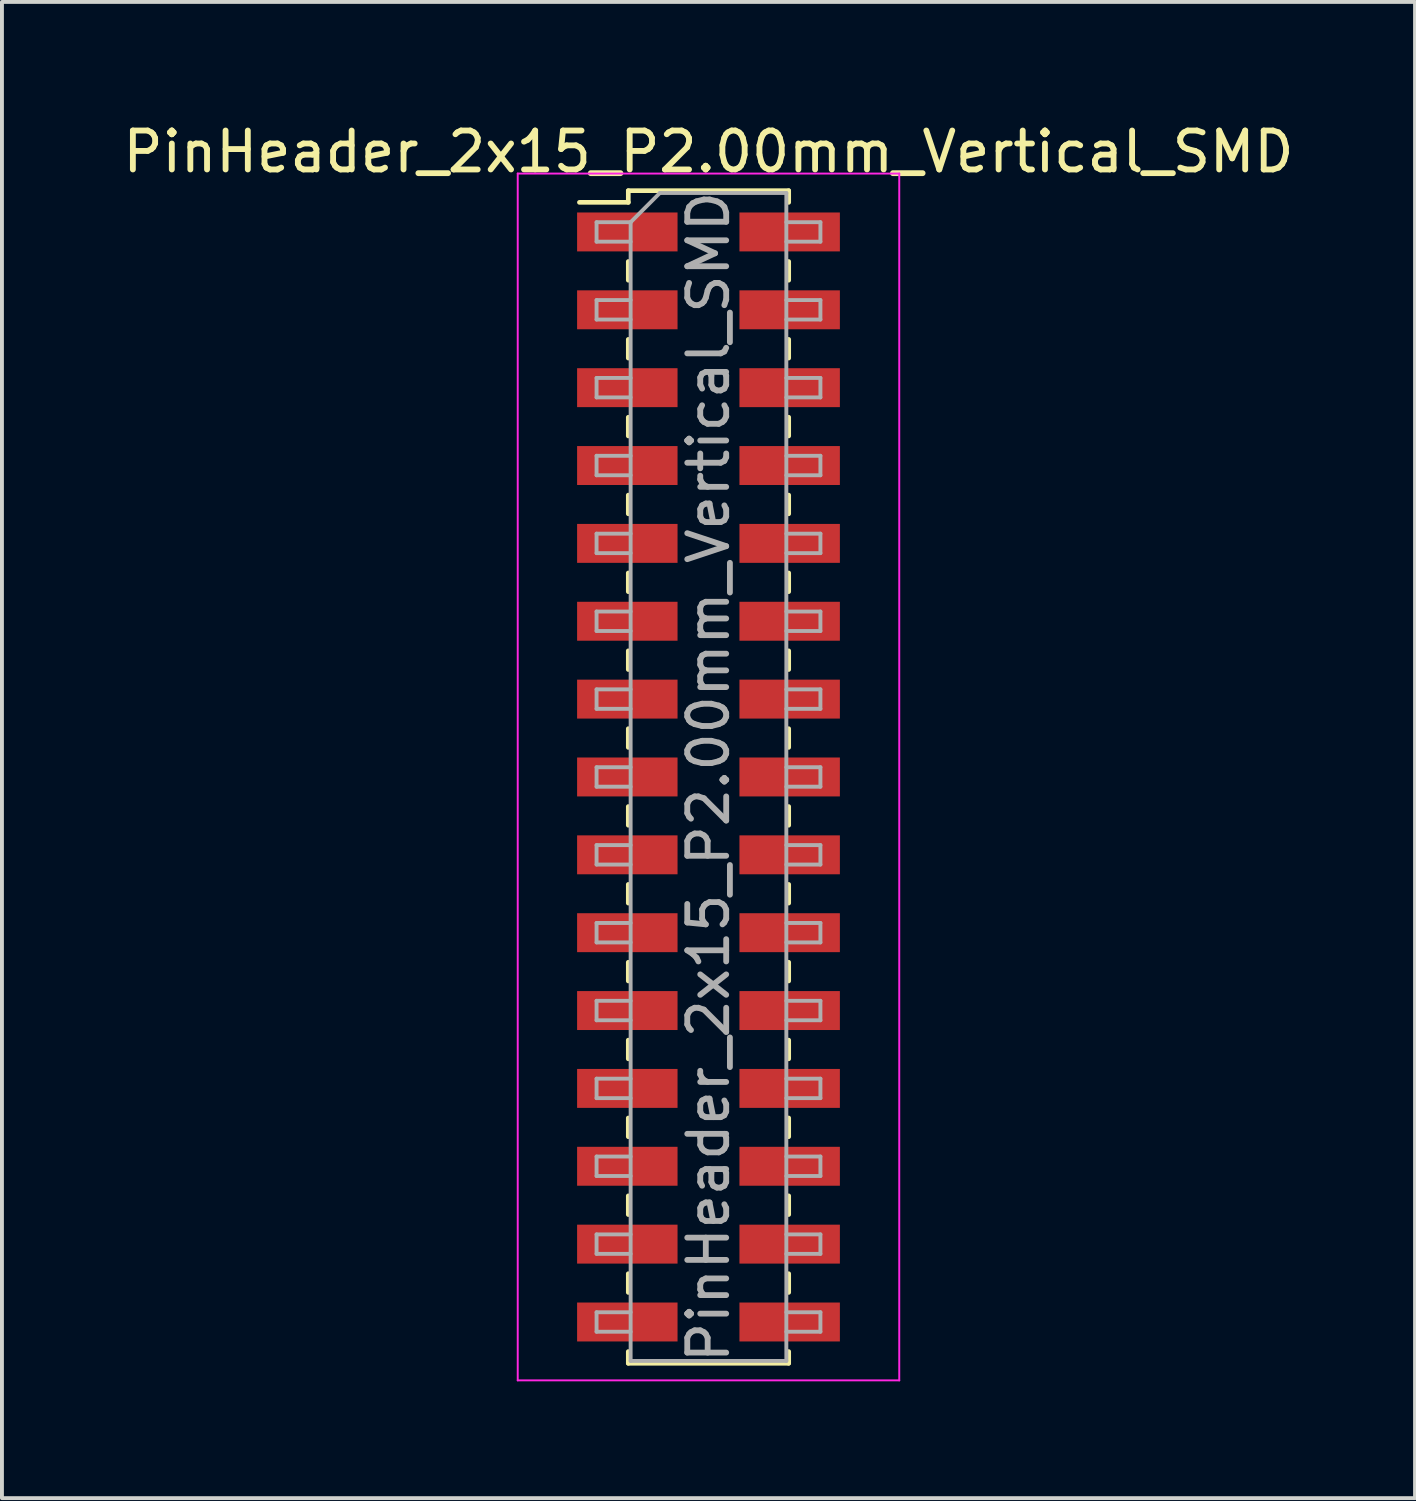
<source format=kicad_pcb>
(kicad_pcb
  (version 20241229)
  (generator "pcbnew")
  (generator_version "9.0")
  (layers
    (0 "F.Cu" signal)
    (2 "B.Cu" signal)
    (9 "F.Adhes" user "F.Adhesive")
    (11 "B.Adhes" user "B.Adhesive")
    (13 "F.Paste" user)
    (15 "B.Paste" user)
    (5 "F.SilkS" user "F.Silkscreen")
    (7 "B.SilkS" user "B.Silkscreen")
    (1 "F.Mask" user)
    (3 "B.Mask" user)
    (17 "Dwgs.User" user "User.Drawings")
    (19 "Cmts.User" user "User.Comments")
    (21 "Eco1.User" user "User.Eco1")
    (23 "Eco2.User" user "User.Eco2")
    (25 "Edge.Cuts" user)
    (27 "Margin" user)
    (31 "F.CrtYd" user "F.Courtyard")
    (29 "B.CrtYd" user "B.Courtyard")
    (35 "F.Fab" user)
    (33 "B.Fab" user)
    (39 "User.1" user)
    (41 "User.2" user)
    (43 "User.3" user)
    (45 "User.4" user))
  (footprint "PinHeader_2x15_P2.00mm_Vertical_SMD"
    (layer "F.Cu")
    (at 15.149 16.908)
    (property "Reference" "PinHeader_2x15_P2.00mm_Vertical_SMD" (at 0 -16.06 0) (layer "F.SilkS") (effects (font (size 1 1) (thickness 0.15))))
    (attr smd)
    (fp_line (start -3.315 -14.76) (end -2.06 -14.76) (stroke (width 0.12) (type solid)) (layer "F.SilkS"))
    (fp_line (start -2.06 -15.06) (end -2.06 -14.76) (stroke (width 0.12) (type solid)) (layer "F.SilkS"))
    (fp_line (start -2.06 -15.06) (end 2.06 -15.06) (stroke (width 0.12) (type solid)) (layer "F.SilkS"))
    (fp_line (start -2.06 -13.24) (end -2.06 -12.76) (stroke (width 0.12) (type solid)) (layer "F.SilkS"))
    (fp_line (start -2.06 -11.24) (end -2.06 -10.76) (stroke (width 0.12) (type solid)) (layer "F.SilkS"))
    (fp_line (start -2.06 -9.24) (end -2.06 -8.76) (stroke (width 0.12) (type solid)) (layer "F.SilkS"))
    (fp_line (start -2.06 -7.24) (end -2.06 -6.76) (stroke (width 0.12) (type solid)) (layer "F.SilkS"))
    (fp_line (start -2.06 -5.24) (end -2.06 -4.76) (stroke (width 0.12) (type solid)) (layer "F.SilkS"))
    (fp_line (start -2.06 -3.24) (end -2.06 -2.76) (stroke (width 0.12) (type solid)) (layer "F.SilkS"))
    (fp_line (start -2.06 -1.24) (end -2.06 -0.76) (stroke (width 0.12) (type solid)) (layer "F.SilkS"))
    (fp_line (start -2.06 0.76) (end -2.06 1.24) (stroke (width 0.12) (type solid)) (layer "F.SilkS"))
    (fp_line (start -2.06 2.76) (end -2.06 3.24) (stroke (width 0.12) (type solid)) (layer "F.SilkS"))
    (fp_line (start -2.06 4.76) (end -2.06 5.24) (stroke (width 0.12) (type solid)) (layer "F.SilkS"))
    (fp_line (start -2.06 6.76) (end -2.06 7.24) (stroke (width 0.12) (type solid)) (layer "F.SilkS"))
    (fp_line (start -2.06 8.76) (end -2.06 9.24) (stroke (width 0.12) (type solid)) (layer "F.SilkS"))
    (fp_line (start -2.06 10.76) (end -2.06 11.24) (stroke (width 0.12) (type solid)) (layer "F.SilkS"))
    (fp_line (start -2.06 12.76) (end -2.06 13.24) (stroke (width 0.12) (type solid)) (layer "F.SilkS"))
    (fp_line (start -2.06 14.76) (end -2.06 15.06) (stroke (width 0.12) (type solid)) (layer "F.SilkS"))
    (fp_line (start -2.06 15.06) (end 2.06 15.06) (stroke (width 0.12) (type solid)) (layer "F.SilkS"))
    (fp_line (start 2.06 -15.06) (end 2.06 -14.76) (stroke (width 0.12) (type solid)) (layer "F.SilkS"))
    (fp_line (start 2.06 -13.24) (end 2.06 -12.76) (stroke (width 0.12) (type solid)) (layer "F.SilkS"))
    (fp_line (start 2.06 -11.24) (end 2.06 -10.76) (stroke (width 0.12) (type solid)) (layer "F.SilkS"))
    (fp_line (start 2.06 -9.24) (end 2.06 -8.76) (stroke (width 0.12) (type solid)) (layer "F.SilkS"))
    (fp_line (start 2.06 -7.24) (end 2.06 -6.76) (stroke (width 0.12) (type solid)) (layer "F.SilkS"))
    (fp_line (start 2.06 -5.24) (end 2.06 -4.76) (stroke (width 0.12) (type solid)) (layer "F.SilkS"))
    (fp_line (start 2.06 -3.24) (end 2.06 -2.76) (stroke (width 0.12) (type solid)) (layer "F.SilkS"))
    (fp_line (start 2.06 -1.24) (end 2.06 -0.76) (stroke (width 0.12) (type solid)) (layer "F.SilkS"))
    (fp_line (start 2.06 0.76) (end 2.06 1.24) (stroke (width 0.12) (type solid)) (layer "F.SilkS"))
    (fp_line (start 2.06 2.76) (end 2.06 3.24) (stroke (width 0.12) (type solid)) (layer "F.SilkS"))
    (fp_line (start 2.06 4.76) (end 2.06 5.24) (stroke (width 0.12) (type solid)) (layer "F.SilkS"))
    (fp_line (start 2.06 6.76) (end 2.06 7.24) (stroke (width 0.12) (type solid)) (layer "F.SilkS"))
    (fp_line (start 2.06 8.76) (end 2.06 9.24) (stroke (width 0.12) (type solid)) (layer "F.SilkS"))
    (fp_line (start 2.06 10.76) (end 2.06 11.24) (stroke (width 0.12) (type solid)) (layer "F.SilkS"))
    (fp_line (start 2.06 12.76) (end 2.06 13.24) (stroke (width 0.12) (type solid)) (layer "F.SilkS"))
    (fp_line (start 2.06 14.76) (end 2.06 15.06) (stroke (width 0.12) (type solid)) (layer "F.SilkS"))
    (fp_line (start -4.9 -15.5) (end -4.9 15.5) (stroke (width 0.05) (type solid)) (layer "F.CrtYd"))
    (fp_line (start -4.9 15.5) (end 4.9 15.5) (stroke (width 0.05) (type solid)) (layer "F.CrtYd"))
    (fp_line (start 4.9 -15.5) (end -4.9 -15.5) (stroke (width 0.05) (type solid)) (layer "F.CrtYd"))
    (fp_line (start 4.9 15.5) (end 4.9 -15.5) (stroke (width 0.05) (type solid)) (layer "F.CrtYd"))
    (fp_line (start -2.875 -14.25) (end -2.875 -13.75) (stroke (width 0.1) (type solid)) (layer "F.Fab"))
    (fp_line (start -2.875 -13.75) (end -2 -13.75) (stroke (width 0.1) (type solid)) (layer "F.Fab"))
    (fp_line (start -2.875 -12.25) (end -2.875 -11.75) (stroke (width 0.1) (type solid)) (layer "F.Fab"))
    (fp_line (start -2.875 -11.75) (end -2 -11.75) (stroke (width 0.1) (type solid)) (layer "F.Fab"))
    (fp_line (start -2.875 -10.25) (end -2.875 -9.75) (stroke (width 0.1) (type solid)) (layer "F.Fab"))
    (fp_line (start -2.875 -9.75) (end -2 -9.75) (stroke (width 0.1) (type solid)) (layer "F.Fab"))
    (fp_line (start -2.875 -8.25) (end -2.875 -7.75) (stroke (width 0.1) (type solid)) (layer "F.Fab"))
    (fp_line (start -2.875 -7.75) (end -2 -7.75) (stroke (width 0.1) (type solid)) (layer "F.Fab"))
    (fp_line (start -2.875 -6.25) (end -2.875 -5.75) (stroke (width 0.1) (type solid)) (layer "F.Fab"))
    (fp_line (start -2.875 -5.75) (end -2 -5.75) (stroke (width 0.1) (type solid)) (layer "F.Fab"))
    (fp_line (start -2.875 -4.25) (end -2.875 -3.75) (stroke (width 0.1) (type solid)) (layer "F.Fab"))
    (fp_line (start -2.875 -3.75) (end -2 -3.75) (stroke (width 0.1) (type solid)) (layer "F.Fab"))
    (fp_line (start -2.875 -2.25) (end -2.875 -1.75) (stroke (width 0.1) (type solid)) (layer "F.Fab"))
    (fp_line (start -2.875 -1.75) (end -2 -1.75) (stroke (width 0.1) (type solid)) (layer "F.Fab"))
    (fp_line (start -2.875 -0.25) (end -2.875 0.25) (stroke (width 0.1) (type solid)) (layer "F.Fab"))
    (fp_line (start -2.875 0.25) (end -2 0.25) (stroke (width 0.1) (type solid)) (layer "F.Fab"))
    (fp_line (start -2.875 1.75) (end -2.875 2.25) (stroke (width 0.1) (type solid)) (layer "F.Fab"))
    (fp_line (start -2.875 2.25) (end -2 2.25) (stroke (width 0.1) (type solid)) (layer "F.Fab"))
    (fp_line (start -2.875 3.75) (end -2.875 4.25) (stroke (width 0.1) (type solid)) (layer "F.Fab"))
    (fp_line (start -2.875 4.25) (end -2 4.25) (stroke (width 0.1) (type solid)) (layer "F.Fab"))
    (fp_line (start -2.875 5.75) (end -2.875 6.25) (stroke (width 0.1) (type solid)) (layer "F.Fab"))
    (fp_line (start -2.875 6.25) (end -2 6.25) (stroke (width 0.1) (type solid)) (layer "F.Fab"))
    (fp_line (start -2.875 7.75) (end -2.875 8.25) (stroke (width 0.1) (type solid)) (layer "F.Fab"))
    (fp_line (start -2.875 8.25) (end -2 8.25) (stroke (width 0.1) (type solid)) (layer "F.Fab"))
    (fp_line (start -2.875 9.75) (end -2.875 10.25) (stroke (width 0.1) (type solid)) (layer "F.Fab"))
    (fp_line (start -2.875 10.25) (end -2 10.25) (stroke (width 0.1) (type solid)) (layer "F.Fab"))
    (fp_line (start -2.875 11.75) (end -2.875 12.25) (stroke (width 0.1) (type solid)) (layer "F.Fab"))
    (fp_line (start -2.875 12.25) (end -2 12.25) (stroke (width 0.1) (type solid)) (layer "F.Fab"))
    (fp_line (start -2.875 13.75) (end -2.875 14.25) (stroke (width 0.1) (type solid)) (layer "F.Fab"))
    (fp_line (start -2.875 14.25) (end -2 14.25) (stroke (width 0.1) (type solid)) (layer "F.Fab"))
    (fp_line (start -2 -14.25) (end -2.875 -14.25) (stroke (width 0.1) (type solid)) (layer "F.Fab"))
    (fp_line (start -2 -14.25) (end -1.25 -15) (stroke (width 0.1) (type solid)) (layer "F.Fab"))
    (fp_line (start -2 -12.25) (end -2.875 -12.25) (stroke (width 0.1) (type solid)) (layer "F.Fab"))
    (fp_line (start -2 -10.25) (end -2.875 -10.25) (stroke (width 0.1) (type solid)) (layer "F.Fab"))
    (fp_line (start -2 -8.25) (end -2.875 -8.25) (stroke (width 0.1) (type solid)) (layer "F.Fab"))
    (fp_line (start -2 -6.25) (end -2.875 -6.25) (stroke (width 0.1) (type solid)) (layer "F.Fab"))
    (fp_line (start -2 -4.25) (end -2.875 -4.25) (stroke (width 0.1) (type solid)) (layer "F.Fab"))
    (fp_line (start -2 -2.25) (end -2.875 -2.25) (stroke (width 0.1) (type solid)) (layer "F.Fab"))
    (fp_line (start -2 -0.25) (end -2.875 -0.25) (stroke (width 0.1) (type solid)) (layer "F.Fab"))
    (fp_line (start -2 1.75) (end -2.875 1.75) (stroke (width 0.1) (type solid)) (layer "F.Fab"))
    (fp_line (start -2 3.75) (end -2.875 3.75) (stroke (width 0.1) (type solid)) (layer "F.Fab"))
    (fp_line (start -2 5.75) (end -2.875 5.75) (stroke (width 0.1) (type solid)) (layer "F.Fab"))
    (fp_line (start -2 7.75) (end -2.875 7.75) (stroke (width 0.1) (type solid)) (layer "F.Fab"))
    (fp_line (start -2 9.75) (end -2.875 9.75) (stroke (width 0.1) (type solid)) (layer "F.Fab"))
    (fp_line (start -2 11.75) (end -2.875 11.75) (stroke (width 0.1) (type solid)) (layer "F.Fab"))
    (fp_line (start -2 13.75) (end -2.875 13.75) (stroke (width 0.1) (type solid)) (layer "F.Fab"))
    (fp_line (start -2 15) (end -2 -14.25) (stroke (width 0.1) (type solid)) (layer "F.Fab"))
    (fp_line (start -1.25 -15) (end 2 -15) (stroke (width 0.1) (type solid)) (layer "F.Fab"))
    (fp_line (start 2 -15) (end 2 15) (stroke (width 0.1) (type solid)) (layer "F.Fab"))
    (fp_line (start 2 -14.25) (end 2.875 -14.25) (stroke (width 0.1) (type solid)) (layer "F.Fab"))
    (fp_line (start 2 -12.25) (end 2.875 -12.25) (stroke (width 0.1) (type solid)) (layer "F.Fab"))
    (fp_line (start 2 -10.25) (end 2.875 -10.25) (stroke (width 0.1) (type solid)) (layer "F.Fab"))
    (fp_line (start 2 -8.25) (end 2.875 -8.25) (stroke (width 0.1) (type solid)) (layer "F.Fab"))
    (fp_line (start 2 -6.25) (end 2.875 -6.25) (stroke (width 0.1) (type solid)) (layer "F.Fab"))
    (fp_line (start 2 -4.25) (end 2.875 -4.25) (stroke (width 0.1) (type solid)) (layer "F.Fab"))
    (fp_line (start 2 -2.25) (end 2.875 -2.25) (stroke (width 0.1) (type solid)) (layer "F.Fab"))
    (fp_line (start 2 -0.25) (end 2.875 -0.25) (stroke (width 0.1) (type solid)) (layer "F.Fab"))
    (fp_line (start 2 1.75) (end 2.875 1.75) (stroke (width 0.1) (type solid)) (layer "F.Fab"))
    (fp_line (start 2 3.75) (end 2.875 3.75) (stroke (width 0.1) (type solid)) (layer "F.Fab"))
    (fp_line (start 2 5.75) (end 2.875 5.75) (stroke (width 0.1) (type solid)) (layer "F.Fab"))
    (fp_line (start 2 7.75) (end 2.875 7.75) (stroke (width 0.1) (type solid)) (layer "F.Fab"))
    (fp_line (start 2 9.75) (end 2.875 9.75) (stroke (width 0.1) (type solid)) (layer "F.Fab"))
    (fp_line (start 2 11.75) (end 2.875 11.75) (stroke (width 0.1) (type solid)) (layer "F.Fab"))
    (fp_line (start 2 13.75) (end 2.875 13.75) (stroke (width 0.1) (type solid)) (layer "F.Fab"))
    (fp_line (start 2 15) (end -2 15) (stroke (width 0.1) (type solid)) (layer "F.Fab"))
    (fp_line (start 2.875 -14.25) (end 2.875 -13.75) (stroke (width 0.1) (type solid)) (layer "F.Fab"))
    (fp_line (start 2.875 -13.75) (end 2 -13.75) (stroke (width 0.1) (type solid)) (layer "F.Fab"))
    (fp_line (start 2.875 -12.25) (end 2.875 -11.75) (stroke (width 0.1) (type solid)) (layer "F.Fab"))
    (fp_line (start 2.875 -11.75) (end 2 -11.75) (stroke (width 0.1) (type solid)) (layer "F.Fab"))
    (fp_line (start 2.875 -10.25) (end 2.875 -9.75) (stroke (width 0.1) (type solid)) (layer "F.Fab"))
    (fp_line (start 2.875 -9.75) (end 2 -9.75) (stroke (width 0.1) (type solid)) (layer "F.Fab"))
    (fp_line (start 2.875 -8.25) (end 2.875 -7.75) (stroke (width 0.1) (type solid)) (layer "F.Fab"))
    (fp_line (start 2.875 -7.75) (end 2 -7.75) (stroke (width 0.1) (type solid)) (layer "F.Fab"))
    (fp_line (start 2.875 -6.25) (end 2.875 -5.75) (stroke (width 0.1) (type solid)) (layer "F.Fab"))
    (fp_line (start 2.875 -5.75) (end 2 -5.75) (stroke (width 0.1) (type solid)) (layer "F.Fab"))
    (fp_line (start 2.875 -4.25) (end 2.875 -3.75) (stroke (width 0.1) (type solid)) (layer "F.Fab"))
    (fp_line (start 2.875 -3.75) (end 2 -3.75) (stroke (width 0.1) (type solid)) (layer "F.Fab"))
    (fp_line (start 2.875 -2.25) (end 2.875 -1.75) (stroke (width 0.1) (type solid)) (layer "F.Fab"))
    (fp_line (start 2.875 -1.75) (end 2 -1.75) (stroke (width 0.1) (type solid)) (layer "F.Fab"))
    (fp_line (start 2.875 -0.25) (end 2.875 0.25) (stroke (width 0.1) (type solid)) (layer "F.Fab"))
    (fp_line (start 2.875 0.25) (end 2 0.25) (stroke (width 0.1) (type solid)) (layer "F.Fab"))
    (fp_line (start 2.875 1.75) (end 2.875 2.25) (stroke (width 0.1) (type solid)) (layer "F.Fab"))
    (fp_line (start 2.875 2.25) (end 2 2.25) (stroke (width 0.1) (type solid)) (layer "F.Fab"))
    (fp_line (start 2.875 3.75) (end 2.875 4.25) (stroke (width 0.1) (type solid)) (layer "F.Fab"))
    (fp_line (start 2.875 4.25) (end 2 4.25) (stroke (width 0.1) (type solid)) (layer "F.Fab"))
    (fp_line (start 2.875 5.75) (end 2.875 6.25) (stroke (width 0.1) (type solid)) (layer "F.Fab"))
    (fp_line (start 2.875 6.25) (end 2 6.25) (stroke (width 0.1) (type solid)) (layer "F.Fab"))
    (fp_line (start 2.875 7.75) (end 2.875 8.25) (stroke (width 0.1) (type solid)) (layer "F.Fab"))
    (fp_line (start 2.875 8.25) (end 2 8.25) (stroke (width 0.1) (type solid)) (layer "F.Fab"))
    (fp_line (start 2.875 9.75) (end 2.875 10.25) (stroke (width 0.1) (type solid)) (layer "F.Fab"))
    (fp_line (start 2.875 10.25) (end 2 10.25) (stroke (width 0.1) (type solid)) (layer "F.Fab"))
    (fp_line (start 2.875 11.75) (end 2.875 12.25) (stroke (width 0.1) (type solid)) (layer "F.Fab"))
    (fp_line (start 2.875 12.25) (end 2 12.25) (stroke (width 0.1) (type solid)) (layer "F.Fab"))
    (fp_line (start 2.875 13.75) (end 2.875 14.25) (stroke (width 0.1) (type solid)) (layer "F.Fab"))
    (fp_line (start 2.875 14.25) (end 2 14.25) (stroke (width 0.1) (type solid)) (layer "F.Fab"))
    (fp_text user "${REFERENCE}" (at 0 0 90) (layer "F.Fab") (effects (font (size 1 1) (thickness 0.15))))
    (pad "1" smd rect (at -2.085 -14) (size 2.58 1) (layers "F.Cu" "F.Mask" "F.Paste"))
    (pad "2" smd rect (at 2.085 -14) (size 2.58 1) (layers "F.Cu" "F.Mask" "F.Paste"))
    (pad "3" smd rect (at -2.085 -12) (size 2.58 1) (layers "F.Cu" "F.Mask" "F.Paste"))
    (pad "4" smd rect (at 2.085 -12) (size 2.58 1) (layers "F.Cu" "F.Mask" "F.Paste"))
    (pad "5" smd rect (at -2.085 -10) (size 2.58 1) (layers "F.Cu" "F.Mask" "F.Paste"))
    (pad "6" smd rect (at 2.085 -10) (size 2.58 1) (layers "F.Cu" "F.Mask" "F.Paste"))
    (pad "7" smd rect (at -2.085 -8) (size 2.58 1) (layers "F.Cu" "F.Mask" "F.Paste"))
    (pad "8" smd rect (at 2.085 -8) (size 2.58 1) (layers "F.Cu" "F.Mask" "F.Paste"))
    (pad "9" smd rect (at -2.085 -6) (size 2.58 1) (layers "F.Cu" "F.Mask" "F.Paste"))
    (pad "10" smd rect (at 2.085 -6) (size 2.58 1) (layers "F.Cu" "F.Mask" "F.Paste"))
    (pad "11" smd rect (at -2.085 -4) (size 2.58 1) (layers "F.Cu" "F.Mask" "F.Paste"))
    (pad "12" smd rect (at 2.085 -4) (size 2.58 1) (layers "F.Cu" "F.Mask" "F.Paste"))
    (pad "13" smd rect (at -2.085 -2) (size 2.58 1) (layers "F.Cu" "F.Mask" "F.Paste"))
    (pad "14" smd rect (at 2.085 -2) (size 2.58 1) (layers "F.Cu" "F.Mask" "F.Paste"))
    (pad "15" smd rect (at -2.085 0) (size 2.58 1) (layers "F.Cu" "F.Mask" "F.Paste"))
    (pad "16" smd rect (at 2.085 0) (size 2.58 1) (layers "F.Cu" "F.Mask" "F.Paste"))
    (pad "17" smd rect (at -2.085 2) (size 2.58 1) (layers "F.Cu" "F.Mask" "F.Paste"))
    (pad "18" smd rect (at 2.085 2) (size 2.58 1) (layers "F.Cu" "F.Mask" "F.Paste"))
    (pad "19" smd rect (at -2.085 4) (size 2.58 1) (layers "F.Cu" "F.Mask" "F.Paste"))
    (pad "20" smd rect (at 2.085 4) (size 2.58 1) (layers "F.Cu" "F.Mask" "F.Paste"))
    (pad "21" smd rect (at -2.085 6) (size 2.58 1) (layers "F.Cu" "F.Mask" "F.Paste"))
    (pad "22" smd rect (at 2.085 6) (size 2.58 1) (layers "F.Cu" "F.Mask" "F.Paste"))
    (pad "23" smd rect (at -2.085 8) (size 2.58 1) (layers "F.Cu" "F.Mask" "F.Paste"))
    (pad "24" smd rect (at 2.085 8) (size 2.58 1) (layers "F.Cu" "F.Mask" "F.Paste"))
    (pad "25" smd rect (at -2.085 10) (size 2.58 1) (layers "F.Cu" "F.Mask" "F.Paste"))
    (pad "26" smd rect (at 2.085 10) (size 2.58 1) (layers "F.Cu" "F.Mask" "F.Paste"))
    (pad "27" smd rect (at -2.085 12) (size 2.58 1) (layers "F.Cu" "F.Mask" "F.Paste"))
    (pad "28" smd rect (at 2.085 12) (size 2.58 1) (layers "F.Cu" "F.Mask" "F.Paste"))
    (pad "29" smd rect (at -2.085 14) (size 2.58 1) (layers "F.Cu" "F.Mask" "F.Paste"))
    (pad "30" smd rect (at 2.085 14) (size 2.58 1) (layers "F.Cu" "F.Mask" "F.Paste")))
  (gr_rect
    (start -3 -3)
    (end 33.298 35.433)
    (stroke (width 0.1) (type default))
    (fill no)
    (layer "Edge.Cuts")))
</source>
